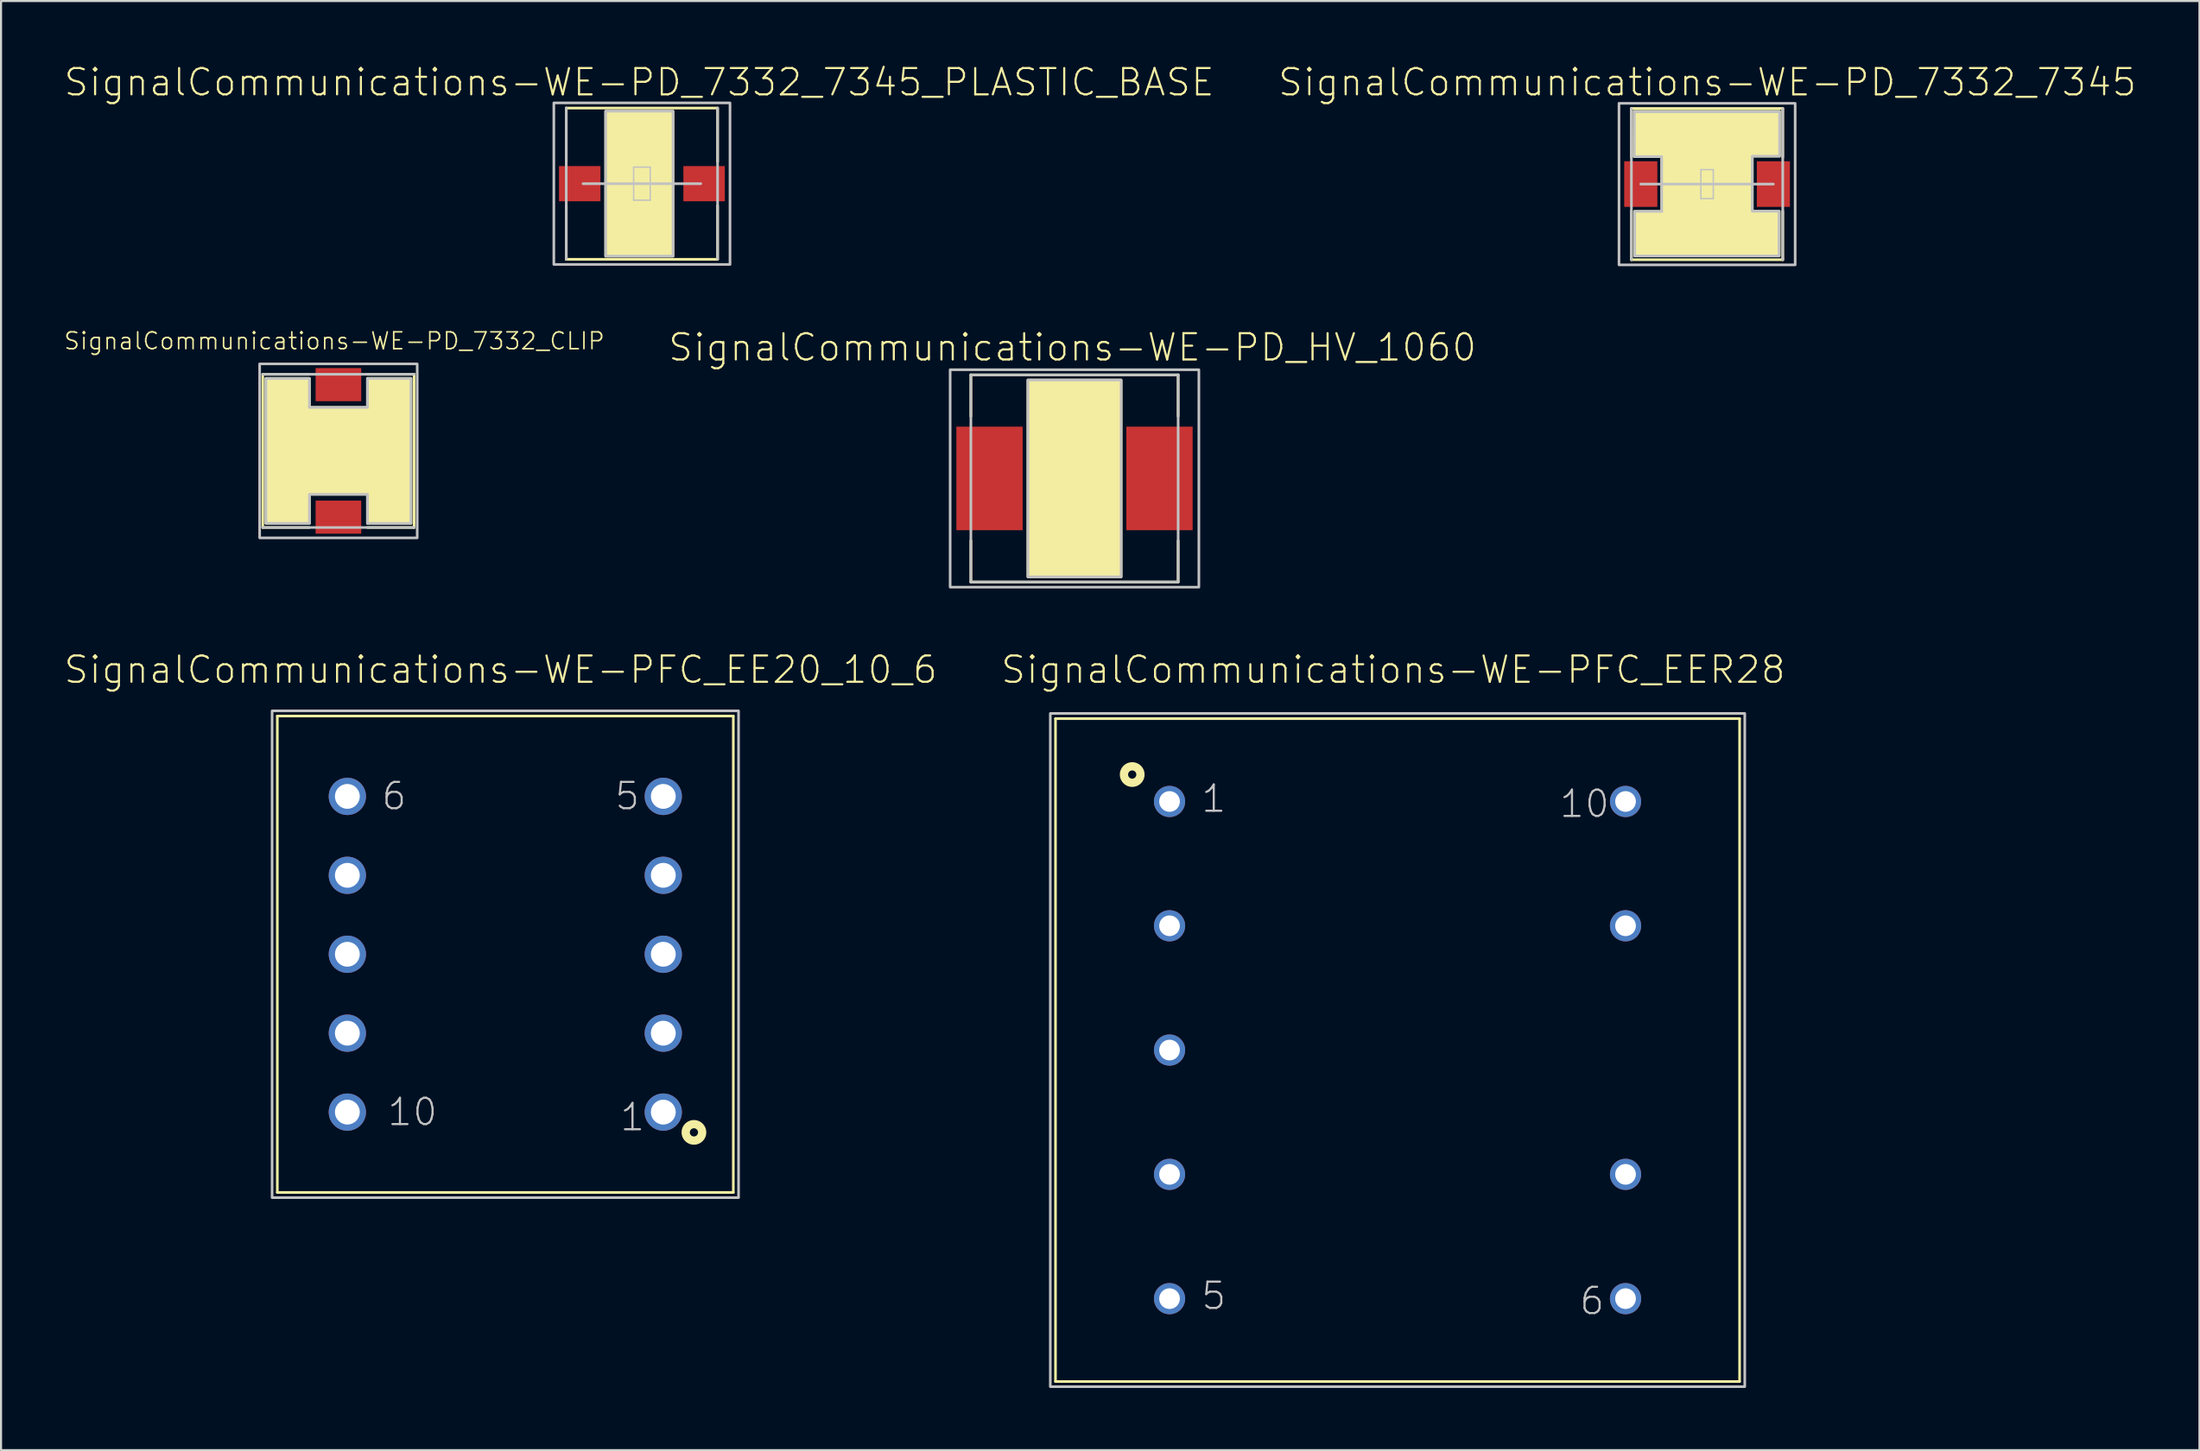
<source format=kicad_pcb>
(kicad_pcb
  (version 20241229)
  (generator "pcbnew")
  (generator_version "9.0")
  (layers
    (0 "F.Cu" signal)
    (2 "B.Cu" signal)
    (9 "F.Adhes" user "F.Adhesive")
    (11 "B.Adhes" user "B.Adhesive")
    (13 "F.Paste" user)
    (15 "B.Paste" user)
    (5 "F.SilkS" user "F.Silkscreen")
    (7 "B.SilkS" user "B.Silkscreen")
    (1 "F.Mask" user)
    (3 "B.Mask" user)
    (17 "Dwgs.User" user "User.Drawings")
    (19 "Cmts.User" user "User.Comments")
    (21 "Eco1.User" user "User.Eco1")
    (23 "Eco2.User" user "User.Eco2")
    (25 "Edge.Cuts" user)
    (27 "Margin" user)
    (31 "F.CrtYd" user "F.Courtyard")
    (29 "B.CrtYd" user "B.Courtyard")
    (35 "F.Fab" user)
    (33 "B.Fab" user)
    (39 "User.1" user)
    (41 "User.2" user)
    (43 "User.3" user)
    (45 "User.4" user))
  (footprint "SignalCommunications-WE-PD_7332_7345_PLASTIC_BASE"
    (layer "F.Cu")
    (at 27.914 5.816)
    (property "Reference" "SignalCommunications-WE-PD_7332_7345_PLASTIC_BASE" (at -0.13 -4.895 0) (layer "F.SilkS") (effects (font (size 1.27 1.27) (thickness 0.102))))
    (attr smd)
    (fp_line (start -3.65 -3.65) (end 3.65 -3.65) (stroke (width 0.127) (type solid)) (layer "F.SilkS"))
    (fp_line (start -3.65 -1.059) (end -3.65 -3.65) (stroke (width 0.127) (type solid)) (layer "F.SilkS"))
    (fp_line (start -3.65 1.059) (end -3.65 3.65) (stroke (width 0.127) (type solid)) (layer "F.SilkS"))
    (fp_line (start -3.65 3.65) (end 3.65 3.65) (stroke (width 0.127) (type solid)) (layer "F.SilkS"))
    (fp_line (start 3.65 -1.059) (end 3.65 -3.65) (stroke (width 0.127) (type solid)) (layer "F.SilkS"))
    (fp_line (start 3.65 1.059) (end 3.65 3.65) (stroke (width 0.127) (type solid)) (layer "F.SilkS"))
    (fp_poly (pts (xy -1.748 -3.498) (xy 1.499 -3.498) (xy 1.499 3.498) (xy -1.748 3.498) (xy -1.748 -3.498)) (stroke (width 0.127) (type solid)) (fill yes) (layer "F.SilkS"))
    (fp_line (start -3.65 3.65) (end -3.65 -3.65) (stroke (width 0.127) (type solid)) (layer "Dwgs.User"))
    (fp_line (start -2.84 0) (end 2.84 0) (stroke (width 0.127) (type solid)) (layer "Dwgs.User"))
    (fp_line (start -0.399 -0.8) (end 0.399 -0.8) (stroke (width 0.066) (type solid)) (layer "Dwgs.User"))
    (fp_line (start -0.399 0.798) (end -0.399 -0.8) (stroke (width 0.066) (type solid)) (layer "Dwgs.User"))
    (fp_line (start -0.399 0.798) (end 0.399 0.798) (stroke (width 0.066) (type solid)) (layer "Dwgs.User"))
    (fp_line (start 0.399 0.798) (end 0.399 -0.8) (stroke (width 0.066) (type solid)) (layer "Dwgs.User"))
    (fp_line (start 3.65 3.65) (end 3.65 -3.65) (stroke (width 0.127) (type solid)) (layer "Dwgs.User"))
    (fp_poly (pts (xy -4.249 -3.899) (xy 4.249 -3.899) (xy 4.249 3.899) (xy -4.249 3.899) (xy -4.249 -3.899)) (stroke (width 0.127) (type solid)) (fill no) (layer "Dwgs.User"))
    (fp_poly (pts (xy -1.748 -3.498) (xy 1.499 -3.498) (xy 1.499 3.498) (xy -1.748 3.498) (xy -1.748 -3.498)) (stroke (width 0.127) (type solid)) (fill no) (layer "Dwgs.User"))
    (pad "1" smd rect (at -3 0 90) (size 1.699 1.999) (layers "F.Cu" "F.Mask" "F.Paste"))
    (pad "2" smd rect (at 3 0 90) (size 1.699 1.999) (layers "F.Cu" "F.Mask" "F.Paste")))
  (footprint "SignalCommunications-WE-PD_7332_7345"
    (layer "F.Cu")
    (at 79.294 5.836)
    (property "Reference" "SignalCommunications-WE-PD_7332_7345" (at 0.013 -4.915 0) (layer "F.SilkS") (effects (font (size 1.27 1.27) (thickness 0.102))))
    (attr smd)
    (fp_line (start -3.65 -1.298) (end -3.65 -3.65) (stroke (width 0.127) (type solid)) (layer "F.SilkS"))
    (fp_line (start -3.65 1.298) (end -3.65 3.65) (stroke (width 0.127) (type solid)) (layer "F.SilkS"))
    (fp_line (start -3.65 3.65) (end 3.65 3.65) (stroke (width 0.127) (type solid)) (layer "F.SilkS"))
    (fp_line (start 3.65 -3.65) (end -3.65 -3.65) (stroke (width 0.127) (type solid)) (layer "F.SilkS"))
    (fp_line (start 3.65 -1.298) (end 3.65 -3.65) (stroke (width 0.127) (type solid)) (layer "F.SilkS"))
    (fp_line (start 3.65 1.298) (end 3.65 3.65) (stroke (width 0.127) (type solid)) (layer "F.SilkS"))
    (fp_poly (pts (xy -3.508 -3.518) (xy 3.49 -3.518) (xy 3.49 -1.349) (xy 2.179 -1.349) (xy 2.179 1.318) (xy 3.48 1.318) (xy 3.48 3.459) (xy -3.498 3.459) (xy -3.498 1.318) (xy -2.179 1.318) (xy -2.189 -1.328) (xy -3.518 -1.328) (xy -3.508 -3.518)) (stroke (width 0.127) (type solid)) (fill yes) (layer "F.SilkS"))
    (fp_line (start -3.65 -3.65) (end -3.65 3.65) (stroke (width 0.127) (type solid)) (layer "Dwgs.User"))
    (fp_line (start -3.198 0) (end 3.198 0) (stroke (width 0.127) (type solid)) (layer "Dwgs.User"))
    (fp_line (start -0.3 -0.699) (end 0.3 -0.699) (stroke (width 0.066) (type solid)) (layer "Dwgs.User"))
    (fp_line (start -0.3 0.699) (end -0.3 -0.699) (stroke (width 0.066) (type solid)) (layer "Dwgs.User"))
    (fp_line (start -0.3 0.699) (end 0.3 0.699) (stroke (width 0.066) (type solid)) (layer "Dwgs.User"))
    (fp_line (start 0.3 0.699) (end 0.3 -0.699) (stroke (width 0.066) (type solid)) (layer "Dwgs.User"))
    (fp_line (start 3.65 3.65) (end 3.65 -3.65) (stroke (width 0.127) (type solid)) (layer "Dwgs.User"))
    (fp_poly (pts (xy -4.249 -3.899) (xy 4.249 -3.899) (xy 4.249 3.899) (xy -4.249 3.899) (xy -4.249 -3.899)) (stroke (width 0.127) (type solid)) (fill no) (layer "Dwgs.User"))
    (fp_poly (pts (xy -3.508 -3.49) (xy 3.498 -3.49) (xy 3.498 -1.349) (xy 2.179 -1.349) (xy 2.179 1.308) (xy 3.47 1.308) (xy 3.47 3.47) (xy -3.49 3.47) (xy -3.49 1.318) (xy -2.179 1.318) (xy -2.179 1.288) (xy -2.189 1.288) (xy -2.189 -1.328) (xy -3.508 -1.328) (xy -3.508 -3.498) (xy -3.508 -3.49)) (stroke (width 0.127) (type solid)) (fill no) (layer "Dwgs.User"))
    (pad "1" smd rect (at -3.198 0 90) (size 2.2 1.598) (layers "F.Cu" "F.Mask" "F.Paste"))
    (pad "2" smd rect (at 3.198 0 90) (size 2.2 1.598) (layers "F.Cu" "F.Mask" "F.Paste")))
  (footprint "SignalCommunications-WE-PFC_EE20_10_6"
    (layer "F.Cu")
    (at 21.325 43.011)
    (property "Reference" "SignalCommunications-WE-PFC_EE20_10_6" (at -0.224 -13.734 0) (layer "F.SilkS") (effects (font (size 1.27 1.27) (thickness 0.102))))
    (attr exclude_from_pos_files exclude_from_bom)
    (fp_line (start -10.998 -11.499) (end -10.998 11.499) (stroke (width 0.127) (type solid)) (layer "F.SilkS"))
    (fp_line (start -10.998 -11.499) (end 10.998 -11.499) (stroke (width 0.127) (type solid)) (layer "F.SilkS"))
    (fp_line (start -10.998 11.499) (end 10.998 11.499) (stroke (width 0.127) (type solid)) (layer "F.SilkS"))
    (fp_line (start 10.998 -11.499) (end 10.998 11.499) (stroke (width 0.127) (type solid)) (layer "F.SilkS"))
    (fp_circle (center 9.098 8.598) (end 9.098 8.4) (stroke (width 0.399) (type solid)) (fill no) (layer "F.SilkS"))
    (fp_poly (pts (xy -11.25 -11.748) (xy 11.25 -11.748) (xy 11.25 11.748) (xy -11.25 11.748) (xy -11.25 -11.748)) (stroke (width 0.127) (type solid)) (fill no) (layer "Dwgs.User"))
    (fp_text user "6" (at -5.364 -7.633 0) (layer "Dwgs.User") (effects (font (size 1.27 1.27) (thickness 0.102))))
    (fp_text user "10" (at -4.478 7.615 0) (layer "Dwgs.User") (effects (font (size 1.27 1.27) (thickness 0.102))))
    (fp_text user "1" (at 6.134 7.864 0) (layer "Dwgs.User") (effects (font (size 1.27 1.27) (thickness 0.102))))
    (fp_text user "5" (at 5.883 -7.633 0) (layer "Dwgs.User") (effects (font (size 1.27 1.27) (thickness 0.102))))
    (pad "1" thru_hole circle (at 7.62 7.62) (size 1.798 1.798) (drill 1.199) (layers "*.Cu" "*.Paste" "*.Mask"))
    (pad "2" thru_hole circle (at 7.62 3.81) (size 1.798 1.798) (drill 1.199) (layers "*.Cu" "*.Paste" "*.Mask"))
    (pad "3" thru_hole circle (at 7.62 0) (size 1.798 1.798) (drill 1.199) (layers "*.Cu" "*.Paste" "*.Mask"))
    (pad "4" thru_hole circle (at 7.62 -3.81) (size 1.798 1.798) (drill 1.199) (layers "*.Cu" "*.Paste" "*.Mask"))
    (pad "5" thru_hole circle (at 7.62 -7.62) (size 1.798 1.798) (drill 1.199) (layers "*.Cu" "*.Paste" "*.Mask"))
    (pad "6" thru_hole circle (at -7.62 -7.62) (size 1.798 1.798) (drill 1.199) (layers "*.Cu" "*.Paste" "*.Mask"))
    (pad "7" thru_hole circle (at -7.62 -3.81) (size 1.798 1.798) (drill 1.199) (layers "*.Cu" "*.Paste" "*.Mask"))
    (pad "8" thru_hole circle (at -7.62 0) (size 1.798 1.798) (drill 1.199) (layers "*.Cu" "*.Paste" "*.Mask"))
    (pad "9" thru_hole circle (at -7.62 3.81) (size 1.798 1.798) (drill 1.199) (layers "*.Cu" "*.Paste" "*.Mask"))
    (pad "10" thru_hole circle (at -7.62 7.62) (size 1.798 1.798) (drill 1.199) (layers "*.Cu" "*.Paste" "*.Mask")))
  (footprint "SignalCommunications-WE-PD_HV_1060"
    (layer "F.Cu")
    (at 48.781 20.044)
    (property "Reference" "SignalCommunications-WE-PD_HV_1060" (at -0.099 -6.325 0) (layer "F.SilkS") (effects (font (size 1.27 1.27) (thickness 0.102))))
    (attr smd)
    (fp_line (start -4.999 -4.999) (end -4.999 -3) (stroke (width 0.127) (type solid)) (layer "F.SilkS"))
    (fp_line (start -4.999 4.999) (end -4.999 3) (stroke (width 0.127) (type solid)) (layer "F.SilkS"))
    (fp_line (start 4.999 -4.999) (end -4.999 -4.999) (stroke (width 0.127) (type solid)) (layer "F.SilkS"))
    (fp_line (start 4.999 -3) (end 4.999 -4.999) (stroke (width 0.127) (type solid)) (layer "F.SilkS"))
    (fp_line (start 4.999 3) (end 4.999 4.999) (stroke (width 0.127) (type solid)) (layer "F.SilkS"))
    (fp_line (start 4.999 4.999) (end -4.999 4.999) (stroke (width 0.127) (type solid)) (layer "F.SilkS"))
    (fp_poly (pts (xy 2.248 -4.75) (xy 2.248 4.75) (xy -2.248 4.75) (xy -2.248 -4.75) (xy 2.248 -4.75)) (stroke (width 0.127) (type solid)) (fill yes) (layer "F.SilkS"))
    (fp_line (start -4.999 -4.999) (end -4.999 4.999) (stroke (width 0.127) (type solid)) (layer "Dwgs.User"))
    (fp_line (start -4.999 4.999) (end 4.999 4.999) (stroke (width 0.127) (type solid)) (layer "Dwgs.User"))
    (fp_line (start 4.999 -4.999) (end -4.999 -4.999) (stroke (width 0.127) (type solid)) (layer "Dwgs.User"))
    (fp_line (start 4.999 4.999) (end 4.999 -4.999) (stroke (width 0.127) (type solid)) (layer "Dwgs.User"))
    (fp_poly (pts (xy 2.248 -4.75) (xy 2.248 4.75) (xy -2.248 4.75) (xy -2.248 -4.75) (xy 2.248 -4.75)) (stroke (width 0.127) (type solid)) (fill no) (layer "Dwgs.User"))
    (fp_poly (pts (xy 5.999 -5.248) (xy 5.999 5.248) (xy -5.999 5.248) (xy -5.999 -5.248) (xy 5.999 -5.248)) (stroke (width 0.127) (type solid)) (fill no) (layer "Dwgs.User"))
    (pad "1" smd rect (at 4.1 0 270) (size 4.999 3.198) (layers "F.Cu" "F.Mask" "F.Paste"))
    (pad "2" smd rect (at -4.1 0 270) (size 4.999 3.198) (layers "F.Cu" "F.Mask" "F.Paste")))
  (footprint "SignalCommunications-WE-PFC_EER28"
    (layer "F.Cu")
    (at 64.363 47.636)
    (property "Reference" "SignalCommunications-WE-PFC_EER28" (at -0.206 -18.359 0) (layer "F.SilkS") (effects (font (size 1.27 1.27) (thickness 0.102))))
    (attr exclude_from_pos_files exclude_from_bom)
    (fp_line (start -16.5 -15.999) (end -16.5 15.999) (stroke (width 0.127) (type solid)) (layer "F.SilkS"))
    (fp_line (start -16.5 15.999) (end 16.5 15.999) (stroke (width 0.127) (type solid)) (layer "F.SilkS"))
    (fp_line (start 16.5 -15.999) (end -16.5 -15.999) (stroke (width 0.127) (type solid)) (layer "F.SilkS"))
    (fp_line (start 16.5 15.999) (end 16.5 -15.999) (stroke (width 0.127) (type solid)) (layer "F.SilkS"))
    (fp_circle (center -12.799 -13.299) (end -12.799 -13.498) (stroke (width 0.399) (type solid)) (fill no) (layer "F.SilkS"))
    (fp_poly (pts (xy -16.749 -16.248) (xy 16.749 -16.248) (xy 16.749 16.248) (xy -16.749 16.248) (xy -16.749 -16.248)) (stroke (width 0.127) (type solid)) (fill no) (layer "Dwgs.User"))
    (fp_text user "6" (at 9.383 12.113 0) (layer "Dwgs.User") (effects (font (size 1.27 1.27) (thickness 0.102))))
    (fp_text user "1" (at -8.865 -12.134 0) (layer "Dwgs.User") (effects (font (size 1.27 1.27) (thickness 0.102))))
    (fp_text user "5" (at -8.865 11.864 0) (layer "Dwgs.User") (effects (font (size 1.27 1.27) (thickness 0.102))))
    (fp_text user "10" (at 9.02 -11.885 0) (layer "Dwgs.User") (effects (font (size 1.27 1.27) (thickness 0.102))))
    (pad "1" thru_hole circle (at -10.998 -11.999) (size 1.506 1.506) (drill 0.998) (layers "*.Cu" "*.Paste" "*.Mask"))
    (pad "2" thru_hole circle (at -10.998 -5.999) (size 1.506 1.506) (drill 0.998) (layers "*.Cu" "*.Paste" "*.Mask"))
    (pad "3" thru_hole circle (at -10.998 0) (size 1.506 1.506) (drill 0.998) (layers "*.Cu" "*.Paste" "*.Mask"))
    (pad "4" thru_hole circle (at -10.998 5.999) (size 1.506 1.506) (drill 0.998) (layers "*.Cu" "*.Paste" "*.Mask"))
    (pad "5" thru_hole circle (at -10.998 11.999) (size 1.506 1.506) (drill 0.998) (layers "*.Cu" "*.Paste" "*.Mask"))
    (pad "6" thru_hole circle (at 10.998 11.999) (size 1.506 1.506) (drill 0.998) (layers "*.Cu" "*.Paste" "*.Mask"))
    (pad "7" thru_hole circle (at 10.998 5.999) (size 1.506 1.506) (drill 0.998) (layers "*.Cu" "*.Paste" "*.Mask"))
    (pad "9" thru_hole circle (at 10.998 -5.999) (size 1.506 1.506) (drill 0.998) (layers "*.Cu" "*.Paste" "*.Mask"))
    (pad "10" thru_hole circle (at 10.998 -11.999) (size 1.506 1.506) (drill 0.998) (layers "*.Cu" "*.Paste" "*.Mask")))
  (footprint "SignalCommunications-WE-PD_7332_CLIP"
    (layer "F.Cu")
    (at 13.275 18.714)
    (property "Reference" "SignalCommunications-WE-PD_7332_CLIP" (at -0.198 -5.306 0) (layer "F.SilkS") (effects (font (size 0.813 0.813) (thickness 0.076))))
    (attr smd)
    (fp_line (start -3.65 3.698) (end -3.65 -3.698) (stroke (width 0.127) (type solid)) (layer "F.SilkS"))
    (fp_line (start -1.4 -3.698) (end -3.65 -3.698) (stroke (width 0.127) (type solid)) (layer "F.SilkS"))
    (fp_line (start -1.4 3.698) (end -3.65 3.698) (stroke (width 0.127) (type solid)) (layer "F.SilkS"))
    (fp_line (start 1.4 -3.698) (end 3.65 -3.698) (stroke (width 0.127) (type solid)) (layer "F.SilkS"))
    (fp_line (start 1.4 3.698) (end 3.65 3.698) (stroke (width 0.127) (type solid)) (layer "F.SilkS"))
    (fp_line (start 3.65 -3.698) (end 3.65 3.698) (stroke (width 0.127) (type solid)) (layer "F.SilkS"))
    (fp_poly (pts (xy -3.498 -3.498) (xy -1.4 -3.498) (xy -1.4 -2.098) (xy 1.4 -2.098) (xy 1.4 -3.498) (xy 3.498 -3.498) (xy 3.498 3.498) (xy 1.4 3.498) (xy 1.4 2.098) (xy -1.4 2.098) (xy -1.4 3.498) (xy -3.498 3.498) (xy -3.498 -3.498)) (stroke (width 0.127) (type solid)) (fill yes) (layer "F.SilkS"))
    (fp_line (start -3.65 -3.698) (end 3.65 -3.698) (stroke (width 0.127) (type solid)) (layer "Dwgs.User"))
    (fp_line (start 3.65 3.698) (end -3.65 3.698) (stroke (width 0.127) (type solid)) (layer "Dwgs.User"))
    (fp_poly (pts (xy -3.8 -4.199) (xy 3.8 -4.199) (xy 3.8 4.199) (xy -3.8 4.199) (xy -3.8 -4.199)) (stroke (width 0.127) (type solid)) (fill no) (layer "Dwgs.User"))
    (fp_poly (pts (xy -3.498 -3.498) (xy -1.4 -3.498) (xy -1.4 -2.098) (xy 1.4 -2.098) (xy 1.4 -3.498) (xy 3.498 -3.498) (xy 3.498 3.498) (xy 1.4 3.498) (xy 1.4 2.098) (xy -1.4 2.098) (xy -1.4 3.498) (xy -3.498 3.498) (xy -3.498 -3.498)) (stroke (width 0.127) (type solid)) (fill no) (layer "Dwgs.User"))
    (pad "1" smd rect (at 0 -3.198) (size 2.2 1.598) (layers "F.Cu" "F.Mask" "F.Paste"))
    (pad "2" smd rect (at 0 3.198) (size 2.2 1.598) (layers "F.Cu" "F.Mask" "F.Paste")))
  (gr_rect
    (start -3 -3)
    (end 103.045 66.948)
    (stroke (width 0.1) (type default))
    (fill no)
    (layer "Edge.Cuts")))
</source>
